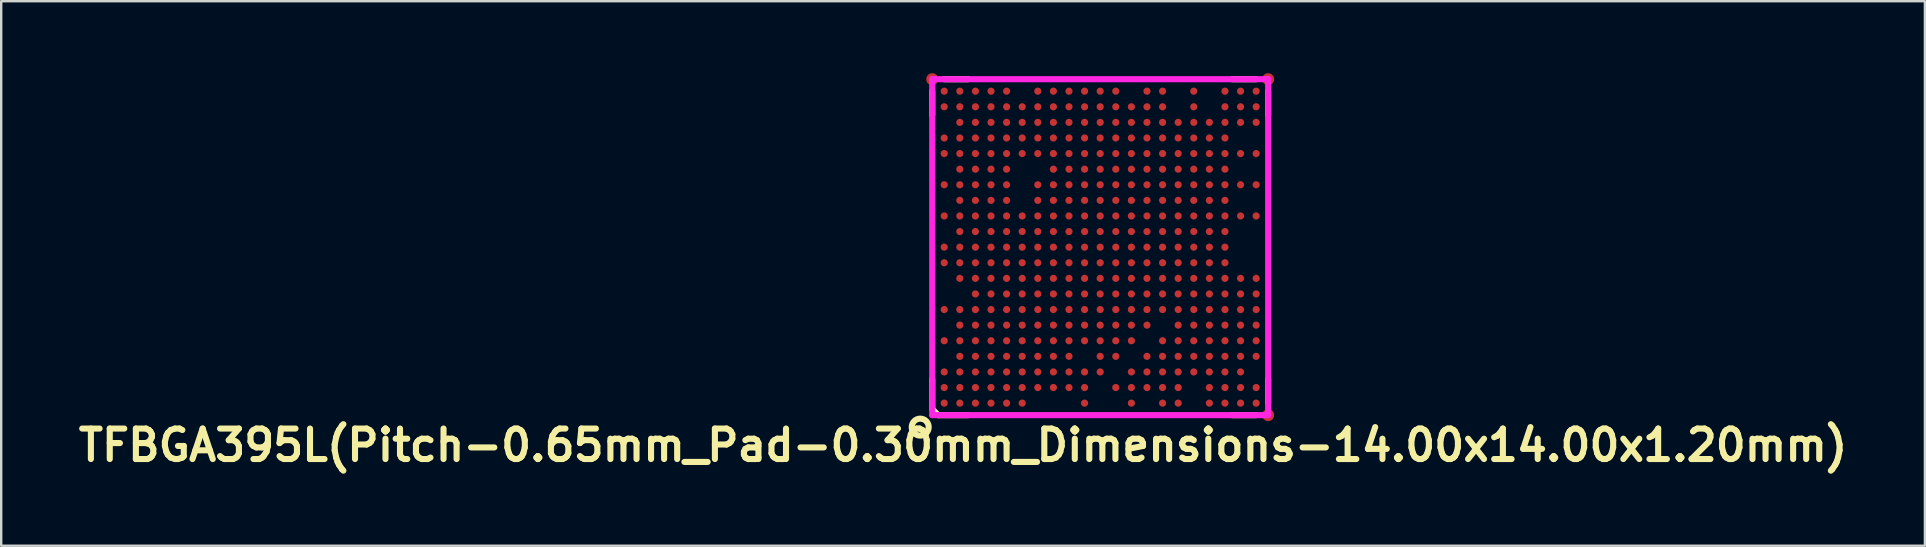
<source format=kicad_pcb>
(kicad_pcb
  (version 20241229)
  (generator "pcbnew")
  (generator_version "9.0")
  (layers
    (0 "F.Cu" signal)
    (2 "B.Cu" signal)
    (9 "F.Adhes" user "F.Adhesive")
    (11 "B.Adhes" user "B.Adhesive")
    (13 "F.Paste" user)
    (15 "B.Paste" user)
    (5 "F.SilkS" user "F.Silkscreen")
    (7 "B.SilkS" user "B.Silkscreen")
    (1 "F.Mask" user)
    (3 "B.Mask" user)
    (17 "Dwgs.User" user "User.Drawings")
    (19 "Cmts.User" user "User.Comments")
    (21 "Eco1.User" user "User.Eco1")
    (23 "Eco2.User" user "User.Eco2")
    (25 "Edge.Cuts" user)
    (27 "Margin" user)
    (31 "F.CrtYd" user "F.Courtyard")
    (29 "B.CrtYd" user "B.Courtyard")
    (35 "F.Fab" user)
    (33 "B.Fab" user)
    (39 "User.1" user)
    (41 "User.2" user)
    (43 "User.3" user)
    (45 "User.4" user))
  (footprint "TFBGA395L(Pitch-0.65mm_Pad-0.30mm_Dimensions-14.00x14.00x1.20mm)"
    (layer "F.Cu")
    (at 42.799 7.25)
    (property "Reference" "TFBGA395L(Pitch-0.65mm_Pad-0.30mm_Dimensions-14.00x14.00x1.20mm)" (at -5.715 8.255 0) (layer "F.SilkS") (effects (font (size 1.27 1.27) (thickness 0.254))))
    (attr through_hole)
    (fp_line (start -7 -6.5) (end -7 -5.5) (stroke (width 0.254) (type solid)) (layer "F.SilkS"))
    (fp_line (start -7 5.5) (end -7 6.75) (stroke (width 0.254) (type solid)) (layer "F.SilkS"))
    (fp_line (start -7 6.75) (end -6.75 7) (stroke (width 0.254) (type solid)) (layer "F.SilkS"))
    (fp_line (start -6.75 7) (end -5.5 7) (stroke (width 0.254) (type solid)) (layer "F.SilkS"))
    (fp_line (start -6.5 -7) (end -5.5 -7) (stroke (width 0.254) (type solid)) (layer "F.SilkS"))
    (fp_line (start 5.5 -7) (end 6.5 -7) (stroke (width 0.254) (type solid)) (layer "F.SilkS"))
    (fp_line (start 5.5 7) (end 6.5 7) (stroke (width 0.254) (type solid)) (layer "F.SilkS"))
    (fp_line (start 7 -6.5) (end 7 -5.5) (stroke (width 0.254) (type solid)) (layer "F.SilkS"))
    (fp_line (start 7 6.5) (end 7 5.5) (stroke (width 0.254) (type solid)) (layer "F.SilkS"))
    (fp_circle (center -7.5 7.5) (end -7.25 7.75) (stroke (width 0.254) (type solid)) (fill no) (layer "F.SilkS"))
    (fp_line (start -7 -7) (end 7 -7) (stroke (width 0.254) (type solid)) (layer "F.CrtYd"))
    (fp_line (start -7 7) (end -7 -7) (stroke (width 0.254) (type solid)) (layer "F.CrtYd"))
    (fp_line (start 7 -7) (end 7 7) (stroke (width 0.254) (type solid)) (layer "F.CrtYd"))
    (fp_line (start 7 7) (end -7 7) (stroke (width 0.254) (type solid)) (layer "F.CrtYd"))
    (pad "" smd rect (at -6.5 -6.5) (size 0.33 0.33) (layers "F.Paste"))
    (pad "" smd rect (at -6.5 -5.85) (size 0.33 0.33) (layers "F.Paste"))
    (pad "" smd rect (at -6.5 -4.55) (size 0.33 0.33) (layers "F.Paste"))
    (pad "" smd rect (at -6.5 -3.9) (size 0.33 0.33) (layers "F.Paste"))
    (pad "" smd rect (at -6.5 -2.6) (size 0.33 0.33) (layers "F.Paste"))
    (pad "" smd rect (at -6.5 -1.3) (size 0.33 0.33) (layers "F.Paste"))
    (pad "" smd rect (at -6.5 0) (size 0.33 0.33) (layers "F.Paste"))
    (pad "" smd rect (at -6.5 0.65) (size 0.33 0.33) (layers "F.Paste"))
    (pad "" smd rect (at -6.5 2.6) (size 0.33 0.33) (layers "F.Paste"))
    (pad "" smd rect (at -6.5 3.9) (size 0.33 0.33) (layers "F.Paste"))
    (pad "" smd rect (at -6.5 5.2) (size 0.33 0.33) (layers "F.Paste"))
    (pad "" smd rect (at -6.5 5.85) (size 0.33 0.33) (layers "F.Paste"))
    (pad "" smd rect (at -6.5 6.5) (size 0.33 0.33) (layers "F.Paste"))
    (pad "" smd rect (at -5.85 -6.5) (size 0.33 0.33) (layers "F.Paste"))
    (pad "" smd rect (at -5.85 -5.85) (size 0.33 0.33) (layers "F.Paste"))
    (pad "" smd rect (at -5.85 -5.2) (size 0.33 0.33) (layers "F.Paste"))
    (pad "" smd rect (at -5.85 -4.55) (size 0.33 0.33) (layers "F.Paste"))
    (pad "" smd rect (at -5.85 -3.9) (size 0.33 0.33) (layers "F.Paste"))
    (pad "" smd rect (at -5.85 -3.25) (size 0.33 0.33) (layers "F.Paste"))
    (pad "" smd rect (at -5.85 -2.6) (size 0.33 0.33) (layers "F.Paste"))
    (pad "" smd rect (at -5.85 -1.95) (size 0.33 0.33) (layers "F.Paste"))
    (pad "" smd rect (at -5.85 -1.3) (size 0.33 0.33) (layers "F.Paste"))
    (pad "" smd rect (at -5.85 -0.65) (size 0.33 0.33) (layers "F.Paste"))
    (pad "" smd rect (at -5.85 0) (size 0.33 0.33) (layers "F.Paste"))
    (pad "" smd rect (at -5.85 0.65) (size 0.33 0.33) (layers "F.Paste"))
    (pad "" smd rect (at -5.85 1.3) (size 0.33 0.33) (layers "F.Paste"))
    (pad "" smd rect (at -5.85 2.6) (size 0.33 0.33) (layers "F.Paste"))
    (pad "" smd rect (at -5.85 3.25) (size 0.33 0.33) (layers "F.Paste"))
    (pad "" smd rect (at -5.85 3.9) (size 0.33 0.33) (layers "F.Paste"))
    (pad "" smd rect (at -5.85 4.55) (size 0.33 0.33) (layers "F.Paste"))
    (pad "" smd rect (at -5.85 5.2) (size 0.33 0.33) (layers "F.Paste"))
    (pad "" smd rect (at -5.85 5.85) (size 0.33 0.33) (layers "F.Paste"))
    (pad "" smd rect (at -5.85 6.5) (size 0.33 0.33) (layers "F.Paste"))
    (pad "" smd rect (at -5.2 -6.5) (size 0.33 0.33) (layers "F.Paste"))
    (pad "" smd rect (at -5.2 -5.85) (size 0.33 0.33) (layers "F.Paste"))
    (pad "" smd rect (at -5.2 -5.2) (size 0.33 0.33) (layers "F.Paste"))
    (pad "" smd rect (at -5.2 -4.55) (size 0.33 0.33) (layers "F.Paste"))
    (pad "" smd rect (at -5.2 -3.9) (size 0.33 0.33) (layers "F.Paste"))
    (pad "" smd rect (at -5.2 -3.25) (size 0.33 0.33) (layers "F.Paste"))
    (pad "" smd rect (at -5.2 -2.6) (size 0.33 0.33) (layers "F.Paste"))
    (pad "" smd rect (at -5.2 -1.95) (size 0.33 0.33) (layers "F.Paste"))
    (pad "" smd rect (at -5.2 -1.3) (size 0.33 0.33) (layers "F.Paste"))
    (pad "" smd rect (at -5.2 -0.65) (size 0.33 0.33) (layers "F.Paste"))
    (pad "" smd rect (at -5.2 0) (size 0.33 0.33) (layers "F.Paste"))
    (pad "" smd rect (at -5.2 0.65) (size 0.33 0.33) (layers "F.Paste"))
    (pad "" smd rect (at -5.2 1.3) (size 0.33 0.33) (layers "F.Paste"))
    (pad "" smd rect (at -5.2 1.95) (size 0.33 0.33) (layers "F.Paste"))
    (pad "" smd rect (at -5.2 2.6) (size 0.33 0.33) (layers "F.Paste"))
    (pad "" smd rect (at -5.2 3.25) (size 0.33 0.33) (layers "F.Paste"))
    (pad "" smd rect (at -5.2 3.9) (size 0.33 0.33) (layers "F.Paste"))
    (pad "" smd rect (at -5.2 4.55) (size 0.33 0.33) (layers "F.Paste"))
    (pad "" smd rect (at -5.2 5.2) (size 0.33 0.33) (layers "F.Paste"))
    (pad "" smd rect (at -5.2 5.85) (size 0.33 0.33) (layers "F.Paste"))
    (pad "" smd rect (at -5.2 6.5) (size 0.33 0.33) (layers "F.Paste"))
    (pad "" smd rect (at -4.55 -6.5) (size 0.33 0.33) (layers "F.Paste"))
    (pad "" smd rect (at -4.55 -5.85) (size 0.33 0.33) (layers "F.Paste"))
    (pad "" smd rect (at -4.55 -5.2) (size 0.33 0.33) (layers "F.Paste"))
    (pad "" smd rect (at -4.55 -4.55) (size 0.33 0.33) (layers "F.Paste"))
    (pad "" smd rect (at -4.55 -3.9) (size 0.33 0.33) (layers "F.Paste"))
    (pad "" smd rect (at -4.55 -3.25) (size 0.33 0.33) (layers "F.Paste"))
    (pad "" smd rect (at -4.55 -2.6) (size 0.33 0.33) (layers "F.Paste"))
    (pad "" smd rect (at -4.55 -1.95) (size 0.33 0.33) (layers "F.Paste"))
    (pad "" smd rect (at -4.55 -1.3) (size 0.33 0.33) (layers "F.Paste"))
    (pad "" smd rect (at -4.55 -0.65) (size 0.33 0.33) (layers "F.Paste"))
    (pad "" smd rect (at -4.55 0) (size 0.33 0.33) (layers "F.Paste"))
    (pad "" smd rect (at -4.55 0.65) (size 0.33 0.33) (layers "F.Paste"))
    (pad "" smd rect (at -4.55 1.3) (size 0.33 0.33) (layers "F.Paste"))
    (pad "" smd rect (at -4.55 1.95) (size 0.33 0.33) (layers "F.Paste"))
    (pad "" smd rect (at -4.55 2.6) (size 0.33 0.33) (layers "F.Paste"))
    (pad "" smd rect (at -4.55 3.25) (size 0.33 0.33) (layers "F.Paste"))
    (pad "" smd rect (at -4.55 3.9) (size 0.33 0.33) (layers "F.Paste"))
    (pad "" smd rect (at -4.55 4.55) (size 0.33 0.33) (layers "F.Paste"))
    (pad "" smd rect (at -4.55 5.2) (size 0.33 0.33) (layers "F.Paste"))
    (pad "" smd rect (at -4.55 5.85) (size 0.33 0.33) (layers "F.Paste"))
    (pad "" smd rect (at -4.55 6.5) (size 0.33 0.33) (layers "F.Paste"))
    (pad "" smd rect (at -3.9 -6.5) (size 0.33 0.33) (layers "F.Paste"))
    (pad "" smd rect (at -3.9 -5.85) (size 0.33 0.33) (layers "F.Paste"))
    (pad "" smd rect (at -3.9 -5.2) (size 0.33 0.33) (layers "F.Paste"))
    (pad "" smd rect (at -3.9 -4.55) (size 0.33 0.33) (layers "F.Paste"))
    (pad "" smd rect (at -3.9 -3.9) (size 0.33 0.33) (layers "F.Paste"))
    (pad "" smd rect (at -3.9 -3.25) (size 0.33 0.33) (layers "F.Paste"))
    (pad "" smd rect (at -3.9 -2.6) (size 0.33 0.33) (layers "F.Paste"))
    (pad "" smd rect (at -3.9 -1.95) (size 0.33 0.33) (layers "F.Paste"))
    (pad "" smd rect (at -3.9 -1.3) (size 0.33 0.33) (layers "F.Paste"))
    (pad "" smd rect (at -3.9 -0.65) (size 0.33 0.33) (layers "F.Paste"))
    (pad "" smd rect (at -3.9 0) (size 0.33 0.33) (layers "F.Paste"))
    (pad "" smd rect (at -3.9 0.65) (size 0.33 0.33) (layers "F.Paste"))
    (pad "" smd rect (at -3.9 1.3) (size 0.33 0.33) (layers "F.Paste"))
    (pad "" smd rect (at -3.9 1.95) (size 0.33 0.33) (layers "F.Paste"))
    (pad "" smd rect (at -3.9 2.6) (size 0.33 0.33) (layers "F.Paste"))
    (pad "" smd rect (at -3.9 3.25) (size 0.33 0.33) (layers "F.Paste"))
    (pad "" smd rect (at -3.9 3.9) (size 0.33 0.33) (layers "F.Paste"))
    (pad "" smd rect (at -3.9 4.55) (size 0.33 0.33) (layers "F.Paste"))
    (pad "" smd rect (at -3.9 5.2) (size 0.33 0.33) (layers "F.Paste"))
    (pad "" smd rect (at -3.9 5.85) (size 0.33 0.33) (layers "F.Paste"))
    (pad "" smd rect (at -3.9 6.5) (size 0.33 0.33) (layers "F.Paste"))
    (pad "" smd rect (at -3.25 -5.85) (size 0.33 0.33) (layers "F.Paste"))
    (pad "" smd rect (at -3.25 -5.2) (size 0.33 0.33) (layers "F.Paste"))
    (pad "" smd rect (at -3.25 -4.55) (size 0.33 0.33) (layers "F.Paste"))
    (pad "" smd rect (at -3.25 -3.9) (size 0.33 0.33) (layers "F.Paste"))
    (pad "" smd rect (at -3.25 -1.3) (size 0.33 0.33) (layers "F.Paste"))
    (pad "" smd rect (at -3.25 -0.65) (size 0.33 0.33) (layers "F.Paste"))
    (pad "" smd rect (at -3.25 0) (size 0.33 0.33) (layers "F.Paste"))
    (pad "" smd rect (at -3.25 0.65) (size 0.33 0.33) (layers "F.Paste"))
    (pad "" smd rect (at -3.25 1.3) (size 0.33 0.33) (layers "F.Paste"))
    (pad "" smd rect (at -3.25 1.95) (size 0.33 0.33) (layers "F.Paste"))
    (pad "" smd rect (at -3.25 2.6) (size 0.33 0.33) (layers "F.Paste"))
    (pad "" smd rect (at -3.25 3.25) (size 0.33 0.33) (layers "F.Paste"))
    (pad "" smd rect (at -3.25 3.9) (size 0.33 0.33) (layers "F.Paste"))
    (pad "" smd rect (at -3.25 4.55) (size 0.33 0.33) (layers "F.Paste"))
    (pad "" smd rect (at -3.25 5.2) (size 0.33 0.33) (layers "F.Paste"))
    (pad "" smd rect (at -3.25 5.85) (size 0.33 0.33) (layers "F.Paste"))
    (pad "" smd rect (at -3.25 6.5) (size 0.33 0.33) (layers "F.Paste"))
    (pad "" smd rect (at -2.6 -6.5) (size 0.33 0.33) (layers "F.Paste"))
    (pad "" smd rect (at -2.6 -5.85) (size 0.33 0.33) (layers "F.Paste"))
    (pad "" smd rect (at -2.6 -5.2) (size 0.33 0.33) (layers "F.Paste"))
    (pad "" smd rect (at -2.6 -4.55) (size 0.33 0.33) (layers "F.Paste"))
    (pad "" smd rect (at -2.6 -3.9) (size 0.33 0.33) (layers "F.Paste"))
    (pad "" smd rect (at -2.6 -2.6) (size 0.33 0.33) (layers "F.Paste"))
    (pad "" smd rect (at -2.6 -1.95) (size 0.33 0.33) (layers "F.Paste"))
    (pad "" smd rect (at -2.6 -1.3) (size 0.33 0.33) (layers "F.Paste"))
    (pad "" smd rect (at -2.6 -0.65) (size 0.33 0.33) (layers "F.Paste"))
    (pad "" smd rect (at -2.6 0) (size 0.33 0.33) (layers "F.Paste"))
    (pad "" smd rect (at -2.6 0.65) (size 0.33 0.33) (layers "F.Paste"))
    (pad "" smd rect (at -2.6 1.3) (size 0.33 0.33) (layers "F.Paste"))
    (pad "" smd rect (at -2.6 1.95) (size 0.33 0.33) (layers "F.Paste"))
    (pad "" smd rect (at -2.6 2.6) (size 0.33 0.33) (layers "F.Paste"))
    (pad "" smd rect (at -2.6 3.25) (size 0.33 0.33) (layers "F.Paste"))
    (pad "" smd rect (at -2.6 3.9) (size 0.33 0.33) (layers "F.Paste"))
    (pad "" smd rect (at -2.6 4.55) (size 0.33 0.33) (layers "F.Paste"))
    (pad "" smd rect (at -2.6 5.2) (size 0.33 0.33) (layers "F.Paste"))
    (pad "" smd rect (at -2.6 5.85) (size 0.33 0.33) (layers "F.Paste"))
    (pad "" smd rect (at -1.95 -6.5) (size 0.33 0.33) (layers "F.Paste"))
    (pad "" smd rect (at -1.95 -5.85) (size 0.33 0.33) (layers "F.Paste"))
    (pad "" smd rect (at -1.95 -5.2) (size 0.33 0.33) (layers "F.Paste"))
    (pad "" smd rect (at -1.95 -4.55) (size 0.33 0.33) (layers "F.Paste"))
    (pad "" smd rect (at -1.95 -3.9) (size 0.33 0.33) (layers "F.Paste"))
    (pad "" smd rect (at -1.95 -3.25) (size 0.33 0.33) (layers "F.Paste"))
    (pad "" smd rect (at -1.95 -2.6) (size 0.33 0.33) (layers "F.Paste"))
    (pad "" smd rect (at -1.95 -1.95) (size 0.33 0.33) (layers "F.Paste"))
    (pad "" smd rect (at -1.95 -1.3) (size 0.33 0.33) (layers "F.Paste"))
    (pad "" smd rect (at -1.95 -0.65) (size 0.33 0.33) (layers "F.Paste"))
    (pad "" smd rect (at -1.95 0) (size 0.33 0.33) (layers "F.Paste"))
    (pad "" smd rect (at -1.95 0.65) (size 0.33 0.33) (layers "F.Paste"))
    (pad "" smd rect (at -1.95 1.3) (size 0.33 0.33) (layers "F.Paste"))
    (pad "" smd rect (at -1.95 1.95) (size 0.33 0.33) (layers "F.Paste"))
    (pad "" smd rect (at -1.95 2.6) (size 0.33 0.33) (layers "F.Paste"))
    (pad "" smd rect (at -1.95 3.25) (size 0.33 0.33) (layers "F.Paste"))
    (pad "" smd rect (at -1.95 3.9) (size 0.33 0.33) (layers "F.Paste"))
    (pad "" smd rect (at -1.95 4.55) (size 0.33 0.33) (layers "F.Paste"))
    (pad "" smd rect (at -1.95 5.2) (size 0.33 0.33) (layers "F.Paste"))
    (pad "" smd rect (at -1.95 5.85) (size 0.33 0.33) (layers "F.Paste"))
    (pad "" smd rect (at -1.3 -6.5) (size 0.33 0.33) (layers "F.Paste"))
    (pad "" smd rect (at -1.3 -5.85) (size 0.33 0.33) (layers "F.Paste"))
    (pad "" smd rect (at -1.3 -5.2) (size 0.33 0.33) (layers "F.Paste"))
    (pad "" smd rect (at -1.3 -4.55) (size 0.33 0.33) (layers "F.Paste"))
    (pad "" smd rect (at -1.3 -3.9) (size 0.33 0.33) (layers "F.Paste"))
    (pad "" smd rect (at -1.3 -3.25) (size 0.33 0.33) (layers "F.Paste"))
    (pad "" smd rect (at -1.3 -2.6) (size 0.33 0.33) (layers "F.Paste"))
    (pad "" smd rect (at -1.3 -1.95) (size 0.33 0.33) (layers "F.Paste"))
    (pad "" smd rect (at -1.3 -1.3) (size 0.33 0.33) (layers "F.Paste"))
    (pad "" smd rect (at -1.3 -0.65) (size 0.33 0.33) (layers "F.Paste"))
    (pad "" smd rect (at -1.3 0) (size 0.33 0.33) (layers "F.Paste"))
    (pad "" smd rect (at -1.3 0.65) (size 0.33 0.33) (layers "F.Paste"))
    (pad "" smd rect (at -1.3 1.3) (size 0.33 0.33) (layers "F.Paste"))
    (pad "" smd rect (at -1.3 1.95) (size 0.33 0.33) (layers "F.Paste"))
    (pad "" smd rect (at -1.3 2.6) (size 0.33 0.33) (layers "F.Paste"))
    (pad "" smd rect (at -1.3 3.25) (size 0.33 0.33) (layers "F.Paste"))
    (pad "" smd rect (at -1.3 3.9) (size 0.33 0.33) (layers "F.Paste"))
    (pad "" smd rect (at -1.3 4.55) (size 0.33 0.33) (layers "F.Paste"))
    (pad "" smd rect (at -1.3 5.2) (size 0.33 0.33) (layers "F.Paste"))
    (pad "" smd rect (at -1.3 5.85) (size 0.33 0.33) (layers "F.Paste"))
    (pad "" smd rect (at -0.65 -6.5) (size 0.33 0.33) (layers "F.Paste"))
    (pad "" smd rect (at -0.65 -5.85) (size 0.33 0.33) (layers "F.Paste"))
    (pad "" smd rect (at -0.65 -5.2) (size 0.33 0.33) (layers "F.Paste"))
    (pad "" smd rect (at -0.65 -4.55) (size 0.33 0.33) (layers "F.Paste"))
    (pad "" smd rect (at -0.65 -3.9) (size 0.33 0.33) (layers "F.Paste"))
    (pad "" smd rect (at -0.65 -3.25) (size 0.33 0.33) (layers "F.Paste"))
    (pad "" smd rect (at -0.65 -2.6) (size 0.33 0.33) (layers "F.Paste"))
    (pad "" smd rect (at -0.65 -1.95) (size 0.33 0.33) (layers "F.Paste"))
    (pad "" smd rect (at -0.65 -1.3) (size 0.33 0.33) (layers "F.Paste"))
    (pad "" smd rect (at -0.65 -0.65) (size 0.33 0.33) (layers "F.Paste"))
    (pad "" smd rect (at -0.65 0) (size 0.33 0.33) (layers "F.Paste"))
    (pad "" smd rect (at -0.65 0.65) (size 0.33 0.33) (layers "F.Paste"))
    (pad "" smd rect (at -0.65 1.3) (size 0.33 0.33) (layers "F.Paste"))
    (pad "" smd rect (at -0.65 1.95) (size 0.33 0.33) (layers "F.Paste"))
    (pad "" smd rect (at -0.65 2.6) (size 0.33 0.33) (layers "F.Paste"))
    (pad "" smd rect (at -0.65 3.25) (size 0.33 0.33) (layers "F.Paste"))
    (pad "" smd rect (at -0.65 3.9) (size 0.33 0.33) (layers "F.Paste"))
    (pad "" smd rect (at -0.65 5.2) (size 0.33 0.33) (layers "F.Paste"))
    (pad "" smd rect (at -0.65 5.85) (size 0.33 0.33) (layers "F.Paste"))
    (pad "" smd rect (at -0.65 6.5) (size 0.33 0.33) (layers "F.Paste"))
    (pad "" smd rect (at 0 -6.5) (size 0.33 0.33) (layers "F.Paste"))
    (pad "" smd rect (at 0 -5.85) (size 0.33 0.33) (layers "F.Paste"))
    (pad "" smd rect (at 0 -5.2) (size 0.33 0.33) (layers "F.Paste"))
    (pad "" smd rect (at 0 -4.55) (size 0.33 0.33) (layers "F.Paste"))
    (pad "" smd rect (at 0 -3.9) (size 0.33 0.33) (layers "F.Paste"))
    (pad "" smd rect (at 0 -3.25) (size 0.33 0.33) (layers "F.Paste"))
    (pad "" smd rect (at 0 -2.6) (size 0.33 0.33) (layers "F.Paste"))
    (pad "" smd rect (at 0 -1.95) (size 0.33 0.33) (layers "F.Paste"))
    (pad "" smd rect (at 0 -1.3) (size 0.33 0.33) (layers "F.Paste"))
    (pad "" smd rect (at 0 -0.65) (size 0.33 0.33) (layers "F.Paste"))
    (pad "" smd rect (at 0 0) (size 0.33 0.33) (layers "F.Paste"))
    (pad "" smd rect (at 0 0.65) (size 0.33 0.33) (layers "F.Paste"))
    (pad "" smd rect (at 0 1.3) (size 0.33 0.33) (layers "F.Paste"))
    (pad "" smd rect (at 0 1.95) (size 0.33 0.33) (layers "F.Paste"))
    (pad "" smd rect (at 0 2.6) (size 0.33 0.33) (layers "F.Paste"))
    (pad "" smd rect (at 0 3.25) (size 0.33 0.33) (layers "F.Paste"))
    (pad "" smd rect (at 0 3.9) (size 0.33 0.33) (layers "F.Paste"))
    (pad "" smd rect (at 0 4.55) (size 0.33 0.33) (layers "F.Paste"))
    (pad "" smd rect (at 0 5.2) (size 0.33 0.33) (layers "F.Paste"))
    (pad "" smd rect (at 0.65 -6.5) (size 0.33 0.33) (layers "F.Paste"))
    (pad "" smd rect (at 0.65 -5.85) (size 0.33 0.33) (layers "F.Paste"))
    (pad "" smd rect (at 0.65 -5.2) (size 0.33 0.33) (layers "F.Paste"))
    (pad "" smd rect (at 0.65 -4.55) (size 0.33 0.33) (layers "F.Paste"))
    (pad "" smd rect (at 0.65 -3.9) (size 0.33 0.33) (layers "F.Paste"))
    (pad "" smd rect (at 0.65 -3.25) (size 0.33 0.33) (layers "F.Paste"))
    (pad "" smd rect (at 0.65 -2.6) (size 0.33 0.33) (layers "F.Paste"))
    (pad "" smd rect (at 0.65 -1.95) (size 0.33 0.33) (layers "F.Paste"))
    (pad "" smd rect (at 0.65 -1.3) (size 0.33 0.33) (layers "F.Paste"))
    (pad "" smd rect (at 0.65 -0.65) (size 0.33 0.33) (layers "F.Paste"))
    (pad "" smd rect (at 0.65 0) (size 0.33 0.33) (layers "F.Paste"))
    (pad "" smd rect (at 0.65 0.65) (size 0.33 0.33) (layers "F.Paste"))
    (pad "" smd rect (at 0.65 1.3) (size 0.33 0.33) (layers "F.Paste"))
    (pad "" smd rect (at 0.65 1.95) (size 0.33 0.33) (layers "F.Paste"))
    (pad "" smd rect (at 0.65 2.6) (size 0.33 0.33) (layers "F.Paste"))
    (pad "" smd rect (at 0.65 3.25) (size 0.33 0.33) (layers "F.Paste"))
    (pad "" smd rect (at 0.65 3.9) (size 0.33 0.33) (layers "F.Paste"))
    (pad "" smd rect (at 0.65 4.55) (size 0.33 0.33) (layers "F.Paste"))
    (pad "" smd rect (at 0.65 5.85) (size 0.33 0.33) (layers "F.Paste"))
    (pad "" smd rect (at 1.3 -5.85) (size 0.33 0.33) (layers "F.Paste"))
    (pad "" smd rect (at 1.3 -5.2) (size 0.33 0.33) (layers "F.Paste"))
    (pad "" smd rect (at 1.3 -4.55) (size 0.33 0.33) (layers "F.Paste"))
    (pad "" smd rect (at 1.3 -3.9) (size 0.33 0.33) (layers "F.Paste"))
    (pad "" smd rect (at 1.3 -3.25) (size 0.33 0.33) (layers "F.Paste"))
    (pad "" smd rect (at 1.3 -2.6) (size 0.33 0.33) (layers "F.Paste"))
    (pad "" smd rect (at 1.3 -1.95) (size 0.33 0.33) (layers "F.Paste"))
    (pad "" smd rect (at 1.3 -1.3) (size 0.33 0.33) (layers "F.Paste"))
    (pad "" smd rect (at 1.3 -0.65) (size 0.33 0.33) (layers "F.Paste"))
    (pad "" smd rect (at 1.3 0) (size 0.33 0.33) (layers "F.Paste"))
    (pad "" smd rect (at 1.3 0.65) (size 0.33 0.33) (layers "F.Paste"))
    (pad "" smd rect (at 1.3 1.3) (size 0.33 0.33) (layers "F.Paste"))
    (pad "" smd rect (at 1.3 1.95) (size 0.33 0.33) (layers "F.Paste"))
    (pad "" smd rect (at 1.3 2.6) (size 0.33 0.33) (layers "F.Paste"))
    (pad "" smd rect (at 1.3 3.25) (size 0.33 0.33) (layers "F.Paste"))
    (pad "" smd rect (at 1.3 3.9) (size 0.33 0.33) (layers "F.Paste"))
    (pad "" smd rect (at 1.3 5.2) (size 0.33 0.33) (layers "F.Paste"))
    (pad "" smd rect (at 1.3 5.85) (size 0.33 0.33) (layers "F.Paste"))
    (pad "" smd rect (at 1.3 6.5) (size 0.33 0.33) (layers "F.Paste"))
    (pad "" smd rect (at 1.95 -6.5) (size 0.33 0.33) (layers "F.Paste"))
    (pad "" smd rect (at 1.95 -5.85) (size 0.33 0.33) (layers "F.Paste"))
    (pad "" smd rect (at 1.95 -5.2) (size 0.33 0.33) (layers "F.Paste"))
    (pad "" smd rect (at 1.95 -4.55) (size 0.33 0.33) (layers "F.Paste"))
    (pad "" smd rect (at 1.95 -3.9) (size 0.33 0.33) (layers "F.Paste"))
    (pad "" smd rect (at 1.95 -3.25) (size 0.33 0.33) (layers "F.Paste"))
    (pad "" smd rect (at 1.95 -2.6) (size 0.33 0.33) (layers "F.Paste"))
    (pad "" smd rect (at 1.95 -1.95) (size 0.33 0.33) (layers "F.Paste"))
    (pad "" smd rect (at 1.95 -1.3) (size 0.33 0.33) (layers "F.Paste"))
    (pad "" smd rect (at 1.95 -0.65) (size 0.33 0.33) (layers "F.Paste"))
    (pad "" smd rect (at 1.95 0) (size 0.33 0.33) (layers "F.Paste"))
    (pad "" smd rect (at 1.95 0.65) (size 0.33 0.33) (layers "F.Paste"))
    (pad "" smd rect (at 1.95 1.3) (size 0.33 0.33) (layers "F.Paste"))
    (pad "" smd rect (at 1.95 1.95) (size 0.33 0.33) (layers "F.Paste"))
    (pad "" smd rect (at 1.95 2.6) (size 0.33 0.33) (layers "F.Paste"))
    (pad "" smd rect (at 1.95 3.25) (size 0.33 0.33) (layers "F.Paste"))
    (pad "" smd rect (at 1.95 4.55) (size 0.33 0.33) (layers "F.Paste"))
    (pad "" smd rect (at 1.95 5.2) (size 0.33 0.33) (layers "F.Paste"))
    (pad "" smd rect (at 1.95 5.85) (size 0.33 0.33) (layers "F.Paste"))
    (pad "" smd rect (at 2.6 -6.5) (size 0.33 0.33) (layers "F.Paste"))
    (pad "" smd rect (at 2.6 -5.85) (size 0.33 0.33) (layers "F.Paste"))
    (pad "" smd rect (at 2.6 -5.2) (size 0.33 0.33) (layers "F.Paste"))
    (pad "" smd rect (at 2.6 -4.55) (size 0.33 0.33) (layers "F.Paste"))
    (pad "" smd rect (at 2.6 -3.9) (size 0.33 0.33) (layers "F.Paste"))
    (pad "" smd rect (at 2.6 -3.25) (size 0.33 0.33) (layers "F.Paste"))
    (pad "" smd rect (at 2.6 -2.6) (size 0.33 0.33) (layers "F.Paste"))
    (pad "" smd rect (at 2.6 -1.95) (size 0.33 0.33) (layers "F.Paste"))
    (pad "" smd rect (at 2.6 -1.3) (size 0.33 0.33) (layers "F.Paste"))
    (pad "" smd rect (at 2.6 -0.65) (size 0.33 0.33) (layers "F.Paste"))
    (pad "" smd rect (at 2.6 0) (size 0.33 0.33) (layers "F.Paste"))
    (pad "" smd rect (at 2.6 0.65) (size 0.33 0.33) (layers "F.Paste"))
    (pad "" smd rect (at 2.6 1.3) (size 0.33 0.33) (layers "F.Paste"))
    (pad "" smd rect (at 2.6 1.95) (size 0.33 0.33) (layers "F.Paste"))
    (pad "" smd rect (at 2.6 2.6) (size 0.33 0.33) (layers "F.Paste"))
    (pad "" smd rect (at 2.6 3.9) (size 0.33 0.33) (layers "F.Paste"))
    (pad "" smd rect (at 2.6 4.55) (size 0.33 0.33) (layers "F.Paste"))
    (pad "" smd rect (at 2.6 5.2) (size 0.33 0.33) (layers "F.Paste"))
    (pad "" smd rect (at 2.6 5.85) (size 0.33 0.33) (layers "F.Paste"))
    (pad "" smd rect (at 2.6 6.5) (size 0.33 0.33) (layers "F.Paste"))
    (pad "" smd rect (at 3.25 -5.2) (size 0.33 0.33) (layers "F.Paste"))
    (pad "" smd rect (at 3.25 -4.55) (size 0.33 0.33) (layers "F.Paste"))
    (pad "" smd rect (at 3.25 -3.9) (size 0.33 0.33) (layers "F.Paste"))
    (pad "" smd rect (at 3.25 -3.25) (size 0.33 0.33) (layers "F.Paste"))
    (pad "" smd rect (at 3.25 -2.6) (size 0.33 0.33) (layers "F.Paste"))
    (pad "" smd rect (at 3.25 -1.95) (size 0.33 0.33) (layers "F.Paste"))
    (pad "" smd rect (at 3.25 -1.3) (size 0.33 0.33) (layers "F.Paste"))
    (pad "" smd rect (at 3.25 -0.65) (size 0.33 0.33) (layers "F.Paste"))
    (pad "" smd rect (at 3.25 0) (size 0.33 0.33) (layers "F.Paste"))
    (pad "" smd rect (at 3.25 0.65) (size 0.33 0.33) (layers "F.Paste"))
    (pad "" smd rect (at 3.25 1.3) (size 0.33 0.33) (layers "F.Paste"))
    (pad "" smd rect (at 3.25 1.95) (size 0.33 0.33) (layers "F.Paste"))
    (pad "" smd rect (at 3.25 2.6) (size 0.33 0.33) (layers "F.Paste"))
    (pad "" smd rect (at 3.25 3.25) (size 0.33 0.33) (layers "F.Paste"))
    (pad "" smd rect (at 3.25 3.9) (size 0.33 0.33) (layers "F.Paste"))
    (pad "" smd rect (at 3.25 4.55) (size 0.33 0.33) (layers "F.Paste"))
    (pad "" smd rect (at 3.25 5.2) (size 0.33 0.33) (layers "F.Paste"))
    (pad "" smd rect (at 3.25 5.85) (size 0.33 0.33) (layers "F.Paste"))
    (pad "" smd rect (at 3.25 6.5) (size 0.33 0.33) (layers "F.Paste"))
    (pad "" smd rect (at 3.9 -6.5) (size 0.33 0.33) (layers "F.Paste"))
    (pad "" smd rect (at 3.9 -5.85) (size 0.33 0.33) (layers "F.Paste"))
    (pad "" smd rect (at 3.9 -5.2) (size 0.33 0.33) (layers "F.Paste"))
    (pad "" smd rect (at 3.9 -4.55) (size 0.33 0.33) (layers "F.Paste"))
    (pad "" smd rect (at 3.9 -3.9) (size 0.33 0.33) (layers "F.Paste"))
    (pad "" smd rect (at 3.9 -3.25) (size 0.33 0.33) (layers "F.Paste"))
    (pad "" smd rect (at 3.9 -2.6) (size 0.33 0.33) (layers "F.Paste"))
    (pad "" smd rect (at 3.9 -1.95) (size 0.33 0.33) (layers "F.Paste"))
    (pad "" smd rect (at 3.9 -1.3) (size 0.33 0.33) (layers "F.Paste"))
    (pad "" smd rect (at 3.9 -0.65) (size 0.33 0.33) (layers "F.Paste"))
    (pad "" smd rect (at 3.9 0) (size 0.33 0.33) (layers "F.Paste"))
    (pad "" smd rect (at 3.9 0.65) (size 0.33 0.33) (layers "F.Paste"))
    (pad "" smd rect (at 3.9 1.3) (size 0.33 0.33) (layers "F.Paste"))
    (pad "" smd rect (at 3.9 1.95) (size 0.33 0.33) (layers "F.Paste"))
    (pad "" smd rect (at 3.9 2.6) (size 0.33 0.33) (layers "F.Paste"))
    (pad "" smd rect (at 3.9 3.25) (size 0.33 0.33) (layers "F.Paste"))
    (pad "" smd rect (at 3.9 3.9) (size 0.33 0.33) (layers "F.Paste"))
    (pad "" smd rect (at 3.9 4.55) (size 0.33 0.33) (layers "F.Paste"))
    (pad "" smd rect (at 3.9 5.2) (size 0.33 0.33) (layers "F.Paste"))
    (pad "" smd rect (at 4.55 -5.2) (size 0.33 0.33) (layers "F.Paste"))
    (pad "" smd rect (at 4.55 -4.55) (size 0.33 0.33) (layers "F.Paste"))
    (pad "" smd rect (at 4.55 -3.9) (size 0.33 0.33) (layers "F.Paste"))
    (pad "" smd rect (at 4.55 -3.25) (size 0.33 0.33) (layers "F.Paste"))
    (pad "" smd rect (at 4.55 -2.6) (size 0.33 0.33) (layers "F.Paste"))
    (pad "" smd rect (at 4.55 -1.95) (size 0.33 0.33) (layers "F.Paste"))
    (pad "" smd rect (at 4.55 -1.3) (size 0.33 0.33) (layers "F.Paste"))
    (pad "" smd rect (at 4.55 -0.65) (size 0.33 0.33) (layers "F.Paste"))
    (pad "" smd rect (at 4.55 0) (size 0.33 0.33) (layers "F.Paste"))
    (pad "" smd rect (at 4.55 0.65) (size 0.33 0.33) (layers "F.Paste"))
    (pad "" smd rect (at 4.55 1.3) (size 0.33 0.33) (layers "F.Paste"))
    (pad "" smd rect (at 4.55 1.95) (size 0.33 0.33) (layers "F.Paste"))
    (pad "" smd rect (at 4.55 2.6) (size 0.33 0.33) (layers "F.Paste"))
    (pad "" smd rect (at 4.55 3.25) (size 0.33 0.33) (layers "F.Paste"))
    (pad "" smd rect (at 4.55 3.9) (size 0.33 0.33) (layers "F.Paste"))
    (pad "" smd rect (at 4.55 4.55) (size 0.33 0.33) (layers "F.Paste"))
    (pad "" smd rect (at 4.55 5.2) (size 0.33 0.33) (layers "F.Paste"))
    (pad "" smd rect (at 4.55 5.85) (size 0.33 0.33) (layers "F.Paste"))
    (pad "" smd rect (at 4.55 6.5) (size 0.33 0.33) (layers "F.Paste"))
    (pad "" smd rect (at 5.2 -6.5) (size 0.33 0.33) (layers "F.Paste"))
    (pad "" smd rect (at 5.2 -5.85) (size 0.33 0.33) (layers "F.Paste"))
    (pad "" smd rect (at 5.2 -5.2) (size 0.33 0.33) (layers "F.Paste"))
    (pad "" smd rect (at 5.2 -4.55) (size 0.33 0.33) (layers "F.Paste"))
    (pad "" smd rect (at 5.2 -3.9) (size 0.33 0.33) (layers "F.Paste"))
    (pad "" smd rect (at 5.2 -3.25) (size 0.33 0.33) (layers "F.Paste"))
    (pad "" smd rect (at 5.2 -2.6) (size 0.33 0.33) (layers "F.Paste"))
    (pad "" smd rect (at 5.2 -1.95) (size 0.33 0.33) (layers "F.Paste"))
    (pad "" smd rect (at 5.2 -1.3) (size 0.33 0.33) (layers "F.Paste"))
    (pad "" smd rect (at 5.2 -0.65) (size 0.33 0.33) (layers "F.Paste"))
    (pad "" smd rect (at 5.2 0) (size 0.33 0.33) (layers "F.Paste"))
    (pad "" smd rect (at 5.2 0.65) (size 0.33 0.33) (layers "F.Paste"))
    (pad "" smd rect (at 5.2 1.3) (size 0.33 0.33) (layers "F.Paste"))
    (pad "" smd rect (at 5.2 1.95) (size 0.33 0.33) (layers "F.Paste"))
    (pad "" smd rect (at 5.2 2.6) (size 0.33 0.33) (layers "F.Paste"))
    (pad "" smd rect (at 5.2 3.25) (size 0.33 0.33) (layers "F.Paste"))
    (pad "" smd rect (at 5.2 3.9) (size 0.33 0.33) (layers "F.Paste"))
    (pad "" smd rect (at 5.2 4.55) (size 0.33 0.33) (layers "F.Paste"))
    (pad "" smd rect (at 5.2 5.2) (size 0.33 0.33) (layers "F.Paste"))
    (pad "" smd rect (at 5.2 5.85) (size 0.33 0.33) (layers "F.Paste"))
    (pad "" smd rect (at 5.2 6.5) (size 0.33 0.33) (layers "F.Paste"))
    (pad "" smd rect (at 5.85 -6.5) (size 0.33 0.33) (layers "F.Paste"))
    (pad "" smd rect (at 5.85 -5.85) (size 0.33 0.33) (layers "F.Paste"))
    (pad "" smd rect (at 5.85 -5.2) (size 0.33 0.33) (layers "F.Paste"))
    (pad "" smd rect (at 5.85 -3.9) (size 0.33 0.33) (layers "F.Paste"))
    (pad "" smd rect (at 5.85 -2.6) (size 0.33 0.33) (layers "F.Paste"))
    (pad "" smd rect (at 5.85 -1.3) (size 0.33 0.33) (layers "F.Paste"))
    (pad "" smd rect (at 5.85 1.3) (size 0.33 0.33) (layers "F.Paste"))
    (pad "" smd rect (at 5.85 1.95) (size 0.33 0.33) (layers "F.Paste"))
    (pad "" smd rect (at 5.85 2.6) (size 0.33 0.33) (layers "F.Paste"))
    (pad "" smd rect (at 5.85 3.25) (size 0.33 0.33) (layers "F.Paste"))
    (pad "" smd rect (at 5.85 3.9) (size 0.33 0.33) (layers "F.Paste"))
    (pad "" smd rect (at 5.85 4.55) (size 0.33 0.33) (layers "F.Paste"))
    (pad "" smd rect (at 5.85 5.2) (size 0.33 0.33) (layers "F.Paste"))
    (pad "" smd rect (at 5.85 5.85) (size 0.33 0.33) (layers "F.Paste"))
    (pad "" smd rect (at 5.85 6.5) (size 0.33 0.33) (layers "F.Paste"))
    (pad "" smd rect (at 6.5 -6.5) (size 0.33 0.33) (layers "F.Paste"))
    (pad "" smd rect (at 6.5 -5.85) (size 0.33 0.33) (layers "F.Paste"))
    (pad "" smd rect (at 6.5 -5.2) (size 0.33 0.33) (layers "F.Paste"))
    (pad "" smd rect (at 6.5 -3.9) (size 0.33 0.33) (layers "F.Paste"))
    (pad "" smd rect (at 6.5 -2.6) (size 0.33 0.33) (layers "F.Paste"))
    (pad "" smd rect (at 6.5 -1.3) (size 0.33 0.33) (layers "F.Paste"))
    (pad "" smd rect (at 6.5 1.3) (size 0.33 0.33) (layers "F.Paste"))
    (pad "" smd rect (at 6.5 1.95) (size 0.33 0.33) (layers "F.Paste"))
    (pad "" smd rect (at 6.5 2.6) (size 0.33 0.33) (layers "F.Paste"))
    (pad "" smd rect (at 6.5 3.25) (size 0.33 0.33) (layers "F.Paste"))
    (pad "" smd rect (at 6.5 3.9) (size 0.33 0.33) (layers "F.Paste"))
    (pad "" smd rect (at 6.5 4.55) (size 0.33 0.33) (layers "F.Paste"))
    (pad "" smd rect (at 6.5 5.85) (size 0.33 0.33) (layers "F.Paste"))
    (pad "" smd rect (at 6.5 6.5) (size 0.33 0.33) (layers "F.Paste"))
    (pad "A1" smd circle (at -6.5 6.5) (size 0.3 0.3) (layers "F.Cu" "F.Mask"))
    (pad "A2" smd circle (at -6.5 5.85) (size 0.3 0.3) (layers "F.Cu" "F.Mask"))
    (pad "A3" smd circle (at -6.5 5.2) (size 0.3 0.3) (layers "F.Cu" "F.Mask"))
    (pad "A5" smd circle (at -6.5 3.9) (size 0.3 0.3) (layers "F.Cu" "F.Mask"))
    (pad "A7" smd circle (at -6.5 2.6) (size 0.3 0.3) (layers "F.Cu" "F.Mask"))
    (pad "A10" smd circle (at -6.5 0.65) (size 0.3 0.3) (layers "F.Cu" "F.Mask"))
    (pad "A11" smd circle (at -6.5 0) (size 0.3 0.3) (layers "F.Cu" "F.Mask"))
    (pad "A13" smd circle (at -6.5 -1.3) (size 0.3 0.3) (layers "F.Cu" "F.Mask"))
    (pad "A15" smd circle (at -6.5 -2.6) (size 0.3 0.3) (layers "F.Cu" "F.Mask"))
    (pad "A17" smd circle (at -6.5 -3.9) (size 0.3 0.3) (layers "F.Cu" "F.Mask"))
    (pad "A18" smd circle (at -6.5 -4.55) (size 0.3 0.3) (layers "F.Cu" "F.Mask"))
    (pad "A20" smd circle (at -6.5 -5.85) (size 0.3 0.3) (layers "F.Cu" "F.Mask"))
    (pad "A21" smd circle (at -6.5 -6.5) (size 0.3 0.3) (layers "F.Cu" "F.Mask"))
    (pad "AA1" smd circle (at 6.5 6.5) (size 0.3 0.3) (layers "F.Cu" "F.Mask"))
    (pad "AA2" smd circle (at 6.5 5.85) (size 0.3 0.3) (layers "F.Cu" "F.Mask"))
    (pad "AA4" smd circle (at 6.5 4.55) (size 0.3 0.3) (layers "F.Cu" "F.Mask"))
    (pad "AA5" smd circle (at 6.5 3.9) (size 0.3 0.3) (layers "F.Cu" "F.Mask"))
    (pad "AA6" smd circle (at 6.5 3.25) (size 0.3 0.3) (layers "F.Cu" "F.Mask"))
    (pad "AA7" smd circle (at 6.5 2.6) (size 0.3 0.3) (layers "F.Cu" "F.Mask"))
    (pad "AA8" smd circle (at 6.5 1.95) (size 0.3 0.3) (layers "F.Cu" "F.Mask"))
    (pad "AA9" smd circle (at 6.5 1.3) (size 0.3 0.3) (layers "F.Cu" "F.Mask"))
    (pad "AA13" smd circle (at 6.5 -1.3) (size 0.3 0.3) (layers "F.Cu" "F.Mask"))
    (pad "AA15" smd circle (at 6.5 -2.6) (size 0.3 0.3) (layers "F.Cu" "F.Mask"))
    (pad "AA17" smd circle (at 6.5 -3.9) (size 0.3 0.3) (layers "F.Cu" "F.Mask"))
    (pad "AA19" smd circle (at 6.5 -5.2) (size 0.3 0.3) (layers "F.Cu" "F.Mask"))
    (pad "AA20" smd circle (at 6.5 -5.85) (size 0.3 0.3) (layers "F.Cu" "F.Mask"))
    (pad "AA21" smd circle (at 6.5 -6.5) (size 0.3 0.3) (layers "F.Cu" "F.Mask"))
    (pad "B1" smd circle (at -5.85 6.5) (size 0.3 0.3) (layers "F.Cu" "F.Mask"))
    (pad "B2" smd circle (at -5.85 5.85) (size 0.3 0.3) (layers "F.Cu" "F.Mask"))
    (pad "B3" smd circle (at -5.85 5.2) (size 0.3 0.3) (layers "F.Cu" "F.Mask"))
    (pad "B4" smd circle (at -5.85 4.55) (size 0.3 0.3) (layers "F.Cu" "F.Mask"))
    (pad "B5" smd circle (at -5.85 3.9) (size 0.3 0.3) (layers "F.Cu" "F.Mask"))
    (pad "B6" smd circle (at -5.85 3.25) (size 0.3 0.3) (layers "F.Cu" "F.Mask"))
    (pad "B7" smd circle (at -5.85 2.6) (size 0.3 0.3) (layers "F.Cu" "F.Mask"))
    (pad "B9" smd circle (at -5.85 1.3) (size 0.3 0.3) (layers "F.Cu" "F.Mask"))
    (pad "B10" smd circle (at -5.85 0.65) (size 0.3 0.3) (layers "F.Cu" "F.Mask"))
    (pad "B11" smd circle (at -5.85 0) (size 0.3 0.3) (layers "F.Cu" "F.Mask"))
    (pad "B12" smd circle (at -5.85 -0.65) (size 0.3 0.3) (layers "F.Cu" "F.Mask"))
    (pad "B13" smd circle (at -5.85 -1.3) (size 0.3 0.3) (layers "F.Cu" "F.Mask"))
    (pad "B14" smd circle (at -5.85 -1.95) (size 0.3 0.3) (layers "F.Cu" "F.Mask"))
    (pad "B15" smd circle (at -5.85 -2.6) (size 0.3 0.3) (layers "F.Cu" "F.Mask"))
    (pad "B16" smd circle (at -5.85 -3.25) (size 0.3 0.3) (layers "F.Cu" "F.Mask"))
    (pad "B17" smd circle (at -5.85 -3.9) (size 0.3 0.3) (layers "F.Cu" "F.Mask"))
    (pad "B18" smd circle (at -5.85 -4.55) (size 0.3 0.3) (layers "F.Cu" "F.Mask"))
    (pad "B19" smd circle (at -5.85 -5.2) (size 0.3 0.3) (layers "F.Cu" "F.Mask"))
    (pad "B20" smd circle (at -5.85 -5.85) (size 0.3 0.3) (layers "F.Cu" "F.Mask"))
    (pad "B21" smd circle (at -5.85 -6.5) (size 0.3 0.3) (layers "F.Cu" "F.Mask"))
    (pad "C1" smd circle (at -5.2 6.5) (size 0.3 0.3) (layers "F.Cu" "F.Mask"))
    (pad "C2" smd circle (at -5.2 5.85) (size 0.3 0.3) (layers "F.Cu" "F.Mask"))
    (pad "C3" smd circle (at -5.2 5.2) (size 0.3 0.3) (layers "F.Cu" "F.Mask"))
    (pad "C4" smd circle (at -5.2 4.55) (size 0.3 0.3) (layers "F.Cu" "F.Mask"))
    (pad "C5" smd circle (at -5.2 3.9) (size 0.3 0.3) (layers "F.Cu" "F.Mask"))
    (pad "C6" smd circle (at -5.2 3.25) (size 0.3 0.3) (layers "F.Cu" "F.Mask"))
    (pad "C7" smd circle (at -5.2 2.6) (size 0.3 0.3) (layers "F.Cu" "F.Mask"))
    (pad "C8" smd circle (at -5.2 1.95) (size 0.3 0.3) (layers "F.Cu" "F.Mask"))
    (pad "C9" smd circle (at -5.2 1.3) (size 0.3 0.3) (layers "F.Cu" "F.Mask"))
    (pad "C10" smd circle (at -5.2 0.65) (size 0.3 0.3) (layers "F.Cu" "F.Mask"))
    (pad "C11" smd circle (at -5.2 0) (size 0.3 0.3) (layers "F.Cu" "F.Mask"))
    (pad "C12" smd circle (at -5.2 -0.65) (size 0.3 0.3) (layers "F.Cu" "F.Mask"))
    (pad "C13" smd circle (at -5.2 -1.3) (size 0.3 0.3) (layers "F.Cu" "F.Mask"))
    (pad "C14" smd circle (at -5.2 -1.95) (size 0.3 0.3) (layers "F.Cu" "F.Mask"))
    (pad "C15" smd circle (at -5.2 -2.6) (size 0.3 0.3) (layers "F.Cu" "F.Mask"))
    (pad "C16" smd circle (at -5.2 -3.25) (size 0.3 0.3) (layers "F.Cu" "F.Mask"))
    (pad "C17" smd circle (at -5.2 -3.9) (size 0.3 0.3) (layers "F.Cu" "F.Mask"))
    (pad "C18" smd circle (at -5.2 -4.55) (size 0.3 0.3) (layers "F.Cu" "F.Mask"))
    (pad "C19" smd circle (at -5.2 -5.2) (size 0.3 0.3) (layers "F.Cu" "F.Mask"))
    (pad "C20" smd circle (at -5.2 -5.85) (size 0.3 0.3) (layers "F.Cu" "F.Mask"))
    (pad "C21" smd circle (at -5.2 -6.5) (size 0.3 0.3) (layers "F.Cu" "F.Mask"))
    (pad "D1" smd circle (at -4.55 6.5) (size 0.3 0.3) (layers "F.Cu" "F.Mask"))
    (pad "D2" smd circle (at -4.55 5.85) (size 0.3 0.3) (layers "F.Cu" "F.Mask"))
    (pad "D3" smd circle (at -4.55 5.2) (size 0.3 0.3) (layers "F.Cu" "F.Mask"))
    (pad "D4" smd circle (at -4.55 4.55) (size 0.3 0.3) (layers "F.Cu" "F.Mask"))
    (pad "D5" smd circle (at -4.55 3.9) (size 0.3 0.3) (layers "F.Cu" "F.Mask"))
    (pad "D6" smd circle (at -4.55 3.25) (size 0.3 0.3) (layers "F.Cu" "F.Mask"))
    (pad "D7" smd circle (at -4.55 2.6) (size 0.3 0.3) (layers "F.Cu" "F.Mask"))
    (pad "D8" smd circle (at -4.55 1.95) (size 0.3 0.3) (layers "F.Cu" "F.Mask"))
    (pad "D9" smd circle (at -4.55 1.3) (size 0.3 0.3) (layers "F.Cu" "F.Mask"))
    (pad "D10" smd circle (at -4.55 0.65) (size 0.3 0.3) (layers "F.Cu" "F.Mask"))
    (pad "D11" smd circle (at -4.55 0) (size 0.3 0.3) (layers "F.Cu" "F.Mask"))
    (pad "D12" smd circle (at -4.55 -0.65) (size 0.3 0.3) (layers "F.Cu" "F.Mask"))
    (pad "D13" smd circle (at -4.55 -1.3) (size 0.3 0.3) (layers "F.Cu" "F.Mask"))
    (pad "D14" smd circle (at -4.55 -1.95) (size 0.3 0.3) (layers "F.Cu" "F.Mask"))
    (pad "D15" smd circle (at -4.55 -2.6) (size 0.3 0.3) (layers "F.Cu" "F.Mask"))
    (pad "D16" smd circle (at -4.55 -3.25) (size 0.3 0.3) (layers "F.Cu" "F.Mask"))
    (pad "D17" smd circle (at -4.55 -3.9) (size 0.3 0.3) (layers "F.Cu" "F.Mask"))
    (pad "D18" smd circle (at -4.55 -4.55) (size 0.3 0.3) (layers "F.Cu" "F.Mask"))
    (pad "D19" smd circle (at -4.55 -5.2) (size 0.3 0.3) (layers "F.Cu" "F.Mask"))
    (pad "D20" smd circle (at -4.55 -5.85) (size 0.3 0.3) (layers "F.Cu" "F.Mask"))
    (pad "D21" smd circle (at -4.55 -6.5) (size 0.3 0.3) (layers "F.Cu" "F.Mask"))
    (pad "E1" smd circle (at -3.9 6.5) (size 0.3 0.3) (layers "F.Cu" "F.Mask"))
    (pad "E2" smd circle (at -3.9 5.85) (size 0.3 0.3) (layers "F.Cu" "F.Mask"))
    (pad "E3" smd circle (at -3.9 5.2) (size 0.3 0.3) (layers "F.Cu" "F.Mask"))
    (pad "E4" smd circle (at -3.9 4.55) (size 0.3 0.3) (layers "F.Cu" "F.Mask"))
    (pad "E5" smd circle (at -3.9 3.9) (size 0.3 0.3) (layers "F.Cu" "F.Mask"))
    (pad "E6" smd circle (at -3.9 3.25) (size 0.3 0.3) (layers "F.Cu" "F.Mask"))
    (pad "E7" smd circle (at -3.9 2.6) (size 0.3 0.3) (layers "F.Cu" "F.Mask"))
    (pad "E8" smd circle (at -3.9 1.95) (size 0.3 0.3) (layers "F.Cu" "F.Mask"))
    (pad "E9" smd circle (at -3.9 1.3) (size 0.3 0.3) (layers "F.Cu" "F.Mask"))
    (pad "E10" smd circle (at -3.9 0.65) (size 0.3 0.3) (layers "F.Cu" "F.Mask"))
    (pad "E11" smd circle (at -3.9 0) (size 0.3 0.3) (layers "F.Cu" "F.Mask"))
    (pad "E12" smd circle (at -3.9 -0.65) (size 0.3 0.3) (layers "F.Cu" "F.Mask"))
    (pad "E13" smd circle (at -3.9 -1.3) (size 0.3 0.3) (layers "F.Cu" "F.Mask"))
    (pad "E14" smd circle (at -3.9 -1.95) (size 0.3 0.3) (layers "F.Cu" "F.Mask"))
    (pad "E15" smd circle (at -3.9 -2.6) (size 0.3 0.3) (layers "F.Cu" "F.Mask"))
    (pad "E16" smd circle (at -3.9 -3.25) (size 0.3 0.3) (layers "F.Cu" "F.Mask"))
    (pad "E17" smd circle (at -3.9 -3.9) (size 0.3 0.3) (layers "F.Cu" "F.Mask"))
    (pad "E18" smd circle (at -3.9 -4.55) (size 0.3 0.3) (layers "F.Cu" "F.Mask"))
    (pad "E19" smd circle (at -3.9 -5.2) (size 0.3 0.3) (layers "F.Cu" "F.Mask"))
    (pad "E20" smd circle (at -3.9 -5.85) (size 0.3 0.3) (layers "F.Cu" "F.Mask"))
    (pad "E21" smd circle (at -3.9 -6.5) (size 0.3 0.3) (layers "F.Cu" "F.Mask"))
    (pad "F1" smd circle (at -3.25 6.5) (size 0.3 0.3) (layers "F.Cu" "F.Mask"))
    (pad "F2" smd circle (at -3.25 5.85) (size 0.3 0.3) (layers "F.Cu" "F.Mask"))
    (pad "F3" smd circle (at -3.25 5.2) (size 0.3 0.3) (layers "F.Cu" "F.Mask"))
    (pad "F4" smd circle (at -3.25 4.55) (size 0.3 0.3) (layers "F.Cu" "F.Mask"))
    (pad "F5" smd circle (at -3.25 3.9) (size 0.3 0.3) (layers "F.Cu" "F.Mask"))
    (pad "F6" smd circle (at -3.25 3.25) (size 0.3 0.3) (layers "F.Cu" "F.Mask"))
    (pad "F7" smd circle (at -3.25 2.6) (size 0.3 0.3) (layers "F.Cu" "F.Mask"))
    (pad "F8" smd circle (at -3.25 1.95) (size 0.3 0.3) (layers "F.Cu" "F.Mask"))
    (pad "F9" smd circle (at -3.25 1.3) (size 0.3 0.3) (layers "F.Cu" "F.Mask"))
    (pad "F10" smd circle (at -3.25 0.65) (size 0.3 0.3) (layers "F.Cu" "F.Mask"))
    (pad "F11" smd circle (at -3.25 0) (size 0.3 0.3) (layers "F.Cu" "F.Mask"))
    (pad "F12" smd circle (at -3.25 -0.65) (size 0.3 0.3) (layers "F.Cu" "F.Mask"))
    (pad "F13" smd circle (at -3.25 -1.3) (size 0.3 0.3) (layers "F.Cu" "F.Mask"))
    (pad "F17" smd circle (at -3.25 -3.9) (size 0.3 0.3) (layers "F.Cu" "F.Mask"))
    (pad "F18" smd circle (at -3.25 -4.55) (size 0.3 0.3) (layers "F.Cu" "F.Mask"))
    (pad "F19" smd circle (at -3.25 -5.2) (size 0.3 0.3) (layers "F.Cu" "F.Mask"))
    (pad "F20" smd circle (at -3.25 -5.85) (size 0.3 0.3) (layers "F.Cu" "F.Mask"))
    (pad "FID1" smd circle (at 7 7) (size 0.5 0.5) (layers "F.Cu" "F.Mask"))
    (pad "FID2" smd circle (at 7 -7) (size 0.5 0.5) (layers "F.Cu" "F.Mask"))
    (pad "FID3" smd circle (at -7 -7) (size 0.5 0.5) (layers "F.Cu" "F.Mask"))
    (pad "G2" smd circle (at -2.6 5.85) (size 0.3 0.3) (layers "F.Cu" "F.Mask"))
    (pad "G3" smd circle (at -2.6 5.2) (size 0.3 0.3) (layers "F.Cu" "F.Mask"))
    (pad "G4" smd circle (at -2.6 4.55) (size 0.3 0.3) (layers "F.Cu" "F.Mask"))
    (pad "G5" smd circle (at -2.6 3.9) (size 0.3 0.3) (layers "F.Cu" "F.Mask"))
    (pad "G6" smd circle (at -2.6 3.25) (size 0.3 0.3) (layers "F.Cu" "F.Mask"))
    (pad "G7" smd circle (at -2.6 2.6) (size 0.3 0.3) (layers "F.Cu" "F.Mask"))
    (pad "G8" smd circle (at -2.6 1.95) (size 0.3 0.3) (layers "F.Cu" "F.Mask"))
    (pad "G9" smd circle (at -2.6 1.3) (size 0.3 0.3) (layers "F.Cu" "F.Mask"))
    (pad "G10" smd circle (at -2.6 0.65) (size 0.3 0.3) (layers "F.Cu" "F.Mask"))
    (pad "G11" smd circle (at -2.6 0) (size 0.3 0.3) (layers "F.Cu" "F.Mask"))
    (pad "G12" smd circle (at -2.6 -0.65) (size 0.3 0.3) (layers "F.Cu" "F.Mask"))
    (pad "G13" smd circle (at -2.6 -1.3) (size 0.3 0.3) (layers "F.Cu" "F.Mask"))
    (pad "G14" smd circle (at -2.6 -1.95) (size 0.3 0.3) (layers "F.Cu" "F.Mask"))
    (pad "G15" smd circle (at -2.6 -2.6) (size 0.3 0.3) (layers "F.Cu" "F.Mask"))
    (pad "G17" smd circle (at -2.6 -3.9) (size 0.3 0.3) (layers "F.Cu" "F.Mask"))
    (pad "G18" smd circle (at -2.6 -4.55) (size 0.3 0.3) (layers "F.Cu" "F.Mask"))
    (pad "G19" smd circle (at -2.6 -5.2) (size 0.3 0.3) (layers "F.Cu" "F.Mask"))
    (pad "G20" smd circle (at -2.6 -5.85) (size 0.3 0.3) (layers "F.Cu" "F.Mask"))
    (pad "G21" smd circle (at -2.6 -6.5) (size 0.3 0.3) (layers "F.Cu" "F.Mask"))
    (pad "H2" smd circle (at -1.95 5.85) (size 0.3 0.3) (layers "F.Cu" "F.Mask"))
    (pad "H3" smd circle (at -1.95 5.2) (size 0.3 0.3) (layers "F.Cu" "F.Mask"))
    (pad "H4" smd circle (at -1.95 4.55) (size 0.3 0.3) (layers "F.Cu" "F.Mask"))
    (pad "H5" smd circle (at -1.95 3.9) (size 0.3 0.3) (layers "F.Cu" "F.Mask"))
    (pad "H6" smd circle (at -1.95 3.25) (size 0.3 0.3) (layers "F.Cu" "F.Mask"))
    (pad "H7" smd circle (at -1.95 2.6) (size 0.3 0.3) (layers "F.Cu" "F.Mask"))
    (pad "H8" smd circle (at -1.95 1.95) (size 0.3 0.3) (layers "F.Cu" "F.Mask"))
    (pad "H9" smd circle (at -1.95 1.3) (size 0.3 0.3) (layers "F.Cu" "F.Mask"))
    (pad "H10" smd circle (at -1.95 0.65) (size 0.3 0.3) (layers "F.Cu" "F.Mask"))
    (pad "H11" smd circle (at -1.95 0) (size 0.3 0.3) (layers "F.Cu" "F.Mask"))
    (pad "H12" smd circle (at -1.95 -0.65) (size 0.3 0.3) (layers "F.Cu" "F.Mask"))
    (pad "H13" smd circle (at -1.95 -1.3) (size 0.3 0.3) (layers "F.Cu" "F.Mask"))
    (pad "H14" smd circle (at -1.95 -1.95) (size 0.3 0.3) (layers "F.Cu" "F.Mask"))
    (pad "H15" smd circle (at -1.95 -2.6) (size 0.3 0.3) (layers "F.Cu" "F.Mask"))
    (pad "H16" smd circle (at -1.95 -3.25) (size 0.3 0.3) (layers "F.Cu" "F.Mask"))
    (pad "H17" smd circle (at -1.95 -3.9) (size 0.3 0.3) (layers "F.Cu" "F.Mask"))
    (pad "H18" smd circle (at -1.95 -4.55) (size 0.3 0.3) (layers "F.Cu" "F.Mask"))
    (pad "H19" smd circle (at -1.95 -5.2) (size 0.3 0.3) (layers "F.Cu" "F.Mask"))
    (pad "H20" smd circle (at -1.95 -5.85) (size 0.3 0.3) (layers "F.Cu" "F.Mask"))
    (pad "H21" smd circle (at -1.95 -6.5) (size 0.3 0.3) (layers "F.Cu" "F.Mask"))
    (pad "J2" smd circle (at -1.3 5.85) (size 0.3 0.3) (layers "F.Cu" "F.Mask"))
    (pad "J3" smd circle (at -1.3 5.2) (size 0.3 0.3) (layers "F.Cu" "F.Mask"))
    (pad "J4" smd circle (at -1.3 4.55) (size 0.3 0.3) (layers "F.Cu" "F.Mask"))
    (pad "J5" smd circle (at -1.3 3.9) (size 0.3 0.3) (layers "F.Cu" "F.Mask"))
    (pad "J6" smd circle (at -1.3 3.25) (size 0.3 0.3) (layers "F.Cu" "F.Mask"))
    (pad "J7" smd circle (at -1.3 2.6) (size 0.3 0.3) (layers "F.Cu" "F.Mask"))
    (pad "J8" smd circle (at -1.3 1.95) (size 0.3 0.3) (layers "F.Cu" "F.Mask"))
    (pad "J9" smd circle (at -1.3 1.3) (size 0.3 0.3) (layers "F.Cu" "F.Mask"))
    (pad "J10" smd circle (at -1.3 0.65) (size 0.3 0.3) (layers "F.Cu" "F.Mask"))
    (pad "J11" smd circle (at -1.3 0) (size 0.3 0.3) (layers "F.Cu" "F.Mask"))
    (pad "J12" smd circle (at -1.3 -0.65) (size 0.3 0.3) (layers "F.Cu" "F.Mask"))
    (pad "J13" smd circle (at -1.3 -1.3) (size 0.3 0.3) (layers "F.Cu" "F.Mask"))
    (pad "J14" smd circle (at -1.3 -1.95) (size 0.3 0.3) (layers "F.Cu" "F.Mask"))
    (pad "J15" smd circle (at -1.3 -2.6) (size 0.3 0.3) (layers "F.Cu" "F.Mask"))
    (pad "J16" smd circle (at -1.3 -3.25) (size 0.3 0.3) (layers "F.Cu" "F.Mask"))
    (pad "J17" smd circle (at -1.3 -3.9) (size 0.3 0.3) (layers "F.Cu" "F.Mask"))
    (pad "J18" smd circle (at -1.3 -4.55) (size 0.3 0.3) (layers "F.Cu" "F.Mask"))
    (pad "J19" smd circle (at -1.3 -5.2) (size 0.3 0.3) (layers "F.Cu" "F.Mask"))
    (pad "J20" smd circle (at -1.3 -5.85) (size 0.3 0.3) (layers "F.Cu" "F.Mask"))
    (pad "J21" smd circle (at -1.3 -6.5) (size 0.3 0.3) (layers "F.Cu" "F.Mask"))
    (pad "K1" smd circle (at -0.65 6.5) (size 0.3 0.3) (layers "F.Cu" "F.Mask"))
    (pad "K2" smd circle (at -0.65 5.85) (size 0.3 0.3) (layers "F.Cu" "F.Mask"))
    (pad "K3" smd circle (at -0.65 5.2) (size 0.3 0.3) (layers "F.Cu" "F.Mask"))
    (pad "K5" smd circle (at -0.65 3.9) (size 0.3 0.3) (layers "F.Cu" "F.Mask"))
    (pad "K6" smd circle (at -0.65 3.25) (size 0.3 0.3) (layers "F.Cu" "F.Mask"))
    (pad "K7" smd circle (at -0.65 2.6) (size 0.3 0.3) (layers "F.Cu" "F.Mask"))
    (pad "K8" smd circle (at -0.65 1.95) (size 0.3 0.3) (layers "F.Cu" "F.Mask"))
    (pad "K9" smd circle (at -0.65 1.3) (size 0.3 0.3) (layers "F.Cu" "F.Mask"))
    (pad "K10" smd circle (at -0.65 0.65) (size 0.3 0.3) (layers "F.Cu" "F.Mask"))
    (pad "K11" smd circle (at -0.65 0) (size 0.3 0.3) (layers "F.Cu" "F.Mask"))
    (pad "K12" smd circle (at -0.65 -0.65) (size 0.3 0.3) (layers "F.Cu" "F.Mask"))
    (pad "K13" smd circle (at -0.65 -1.3) (size 0.3 0.3) (layers "F.Cu" "F.Mask"))
    (pad "K14" smd circle (at -0.65 -1.95) (size 0.3 0.3) (layers "F.Cu" "F.Mask"))
    (pad "K15" smd circle (at -0.65 -2.6) (size 0.3 0.3) (layers "F.Cu" "F.Mask"))
    (pad "K16" smd circle (at -0.65 -3.25) (size 0.3 0.3) (layers "F.Cu" "F.Mask"))
    (pad "K17" smd circle (at -0.65 -3.9) (size 0.3 0.3) (layers "F.Cu" "F.Mask"))
    (pad "K18" smd circle (at -0.65 -4.55) (size 0.3 0.3) (layers "F.Cu" "F.Mask"))
    (pad "K19" smd circle (at -0.65 -5.2) (size 0.3 0.3) (layers "F.Cu" "F.Mask"))
    (pad "K20" smd circle (at -0.65 -5.85) (size 0.3 0.3) (layers "F.Cu" "F.Mask"))
    (pad "K21" smd circle (at -0.65 -6.5) (size 0.3 0.3) (layers "F.Cu" "F.Mask"))
    (pad "L3" smd circle (at 0 5.2) (size 0.3 0.3) (layers "F.Cu" "F.Mask"))
    (pad "L4" smd circle (at 0 4.55) (size 0.3 0.3) (layers "F.Cu" "F.Mask"))
    (pad "L5" smd circle (at 0 3.9) (size 0.3 0.3) (layers "F.Cu" "F.Mask"))
    (pad "L6" smd circle (at 0 3.25) (size 0.3 0.3) (layers "F.Cu" "F.Mask"))
    (pad "L7" smd circle (at 0 2.6) (size 0.3 0.3) (layers "F.Cu" "F.Mask"))
    (pad "L8" smd circle (at 0 1.95) (size 0.3 0.3) (layers "F.Cu" "F.Mask"))
    (pad "L9" smd circle (at 0 1.3) (size 0.3 0.3) (layers "F.Cu" "F.Mask"))
    (pad "L10" smd circle (at 0 0.65) (size 0.3 0.3) (layers "F.Cu" "F.Mask"))
    (pad "L11" smd circle (at 0 0) (size 0.3 0.3) (layers "F.Cu" "F.Mask"))
    (pad "L12" smd circle (at 0 -0.65) (size 0.3 0.3) (layers "F.Cu" "F.Mask"))
    (pad "L13" smd circle (at 0 -1.3) (size 0.3 0.3) (layers "F.Cu" "F.Mask"))
    (pad "L14" smd circle (at 0 -1.95) (size 0.3 0.3) (layers "F.Cu" "F.Mask"))
    (pad "L15" smd circle (at 0 -2.6) (size 0.3 0.3) (layers "F.Cu" "F.Mask"))
    (pad "L16" smd circle (at 0 -3.25) (size 0.3 0.3) (layers "F.Cu" "F.Mask"))
    (pad "L17" smd circle (at 0 -3.9) (size 0.3 0.3) (layers "F.Cu" "F.Mask"))
    (pad "L18" smd circle (at 0 -4.55) (size 0.3 0.3) (layers "F.Cu" "F.Mask"))
    (pad "L19" smd circle (at 0 -5.2) (size 0.3 0.3) (layers "F.Cu" "F.Mask"))
    (pad "L20" smd circle (at 0 -5.85) (size 0.3 0.3) (layers "F.Cu" "F.Mask"))
    (pad "L21" smd circle (at 0 -6.5) (size 0.3 0.3) (layers "F.Cu" "F.Mask"))
    (pad "M2" smd circle (at 0.65 5.85) (size 0.3 0.3) (layers "F.Cu" "F.Mask"))
    (pad "M4" smd circle (at 0.65 4.55) (size 0.3 0.3) (layers "F.Cu" "F.Mask"))
    (pad "M5" smd circle (at 0.65 3.9) (size 0.3 0.3) (layers "F.Cu" "F.Mask"))
    (pad "M6" smd circle (at 0.65 3.25) (size 0.3 0.3) (layers "F.Cu" "F.Mask"))
    (pad "M7" smd circle (at 0.65 2.6) (size 0.3 0.3) (layers "F.Cu" "F.Mask"))
    (pad "M8" smd circle (at 0.65 1.95) (size 0.3 0.3) (layers "F.Cu" "F.Mask"))
    (pad "M9" smd circle (at 0.65 1.3) (size 0.3 0.3) (layers "F.Cu" "F.Mask"))
    (pad "M10" smd circle (at 0.65 0.65) (size 0.3 0.3) (layers "F.Cu" "F.Mask"))
    (pad "M11" smd circle (at 0.65 0) (size 0.3 0.3) (layers "F.Cu" "F.Mask"))
    (pad "M12" smd circle (at 0.65 -0.65) (size 0.3 0.3) (layers "F.Cu" "F.Mask"))
    (pad "M13" smd circle (at 0.65 -1.3) (size 0.3 0.3) (layers "F.Cu" "F.Mask"))
    (pad "M14" smd circle (at 0.65 -1.95) (size 0.3 0.3) (layers "F.Cu" "F.Mask"))
    (pad "M15" smd circle (at 0.65 -2.6) (size 0.3 0.3) (layers "F.Cu" "F.Mask"))
    (pad "M16" smd circle (at 0.65 -3.25) (size 0.3 0.3) (layers "F.Cu" "F.Mask"))
    (pad "M17" smd circle (at 0.65 -3.9) (size 0.3 0.3) (layers "F.Cu" "F.Mask"))
    (pad "M18" smd circle (at 0.65 -4.55) (size 0.3 0.3) (layers "F.Cu" "F.Mask"))
    (pad "M19" smd circle (at 0.65 -5.2) (size 0.3 0.3) (layers "F.Cu" "F.Mask"))
    (pad "M20" smd circle (at 0.65 -5.85) (size 0.3 0.3) (layers "F.Cu" "F.Mask"))
    (pad "M21" smd circle (at 0.65 -6.5) (size 0.3 0.3) (layers "F.Cu" "F.Mask"))
    (pad "N1" smd circle (at 1.3 6.5) (size 0.3 0.3) (layers "F.Cu" "F.Mask"))
    (pad "N2" smd circle (at 1.3 5.85) (size 0.3 0.3) (layers "F.Cu" "F.Mask"))
    (pad "N3" smd circle (at 1.3 5.2) (size 0.3 0.3) (layers "F.Cu" "F.Mask"))
    (pad "N5" smd circle (at 1.3 3.9) (size 0.3 0.3) (layers "F.Cu" "F.Mask"))
    (pad "N6" smd circle (at 1.3 3.25) (size 0.3 0.3) (layers "F.Cu" "F.Mask"))
    (pad "N7" smd circle (at 1.3 2.6) (size 0.3 0.3) (layers "F.Cu" "F.Mask"))
    (pad "N8" smd circle (at 1.3 1.95) (size 0.3 0.3) (layers "F.Cu" "F.Mask"))
    (pad "N9" smd circle (at 1.3 1.3) (size 0.3 0.3) (layers "F.Cu" "F.Mask"))
    (pad "N10" smd circle (at 1.3 0.65) (size 0.3 0.3) (layers "F.Cu" "F.Mask"))
    (pad "N11" smd circle (at 1.3 0) (size 0.3 0.3) (layers "F.Cu" "F.Mask"))
    (pad "N12" smd circle (at 1.3 -0.65) (size 0.3 0.3) (layers "F.Cu" "F.Mask"))
    (pad "N13" smd circle (at 1.3 -1.3) (size 0.3 0.3) (layers "F.Cu" "F.Mask"))
    (pad "N14" smd circle (at 1.3 -1.95) (size 0.3 0.3) (layers "F.Cu" "F.Mask"))
    (pad "N15" smd circle (at 1.3 -2.6) (size 0.3 0.3) (layers "F.Cu" "F.Mask"))
    (pad "N16" smd circle (at 1.3 -3.25) (size 0.3 0.3) (layers "F.Cu" "F.Mask"))
    (pad "N17" smd circle (at 1.3 -3.9) (size 0.3 0.3) (layers "F.Cu" "F.Mask"))
    (pad "N18" smd circle (at 1.3 -4.55) (size 0.3 0.3) (layers "F.Cu" "F.Mask"))
    (pad "N19" smd circle (at 1.3 -5.2) (size 0.3 0.3) (layers "F.Cu" "F.Mask"))
    (pad "N20" smd circle (at 1.3 -5.85) (size 0.3 0.3) (layers "F.Cu" "F.Mask"))
    (pad "P2" smd circle (at 1.95 5.85) (size 0.3 0.3) (layers "F.Cu" "F.Mask"))
    (pad "P3" smd circle (at 1.95 5.2) (size 0.3 0.3) (layers "F.Cu" "F.Mask"))
    (pad "P4" smd circle (at 1.95 4.55) (size 0.3 0.3) (layers "F.Cu" "F.Mask"))
    (pad "P6" smd circle (at 1.95 3.25) (size 0.3 0.3) (layers "F.Cu" "F.Mask"))
    (pad "P7" smd circle (at 1.95 2.6) (size 0.3 0.3) (layers "F.Cu" "F.Mask"))
    (pad "P8" smd circle (at 1.95 1.95) (size 0.3 0.3) (layers "F.Cu" "F.Mask"))
    (pad "P9" smd circle (at 1.95 1.3) (size 0.3 0.3) (layers "F.Cu" "F.Mask"))
    (pad "P10" smd circle (at 1.95 0.65) (size 0.3 0.3) (layers "F.Cu" "F.Mask"))
    (pad "P11" smd circle (at 1.95 0) (size 0.3 0.3) (layers "F.Cu" "F.Mask"))
    (pad "P12" smd circle (at 1.95 -0.65) (size 0.3 0.3) (layers "F.Cu" "F.Mask"))
    (pad "P13" smd circle (at 1.95 -1.3) (size 0.3 0.3) (layers "F.Cu" "F.Mask"))
    (pad "P14" smd circle (at 1.95 -1.95) (size 0.3 0.3) (layers "F.Cu" "F.Mask"))
    (pad "P15" smd circle (at 1.95 -2.6) (size 0.3 0.3) (layers "F.Cu" "F.Mask"))
    (pad "P16" smd circle (at 1.95 -3.25) (size 0.3 0.3) (layers "F.Cu" "F.Mask"))
    (pad "P17" smd circle (at 1.95 -3.9) (size 0.3 0.3) (layers "F.Cu" "F.Mask"))
    (pad "P18" smd circle (at 1.95 -4.55) (size 0.3 0.3) (layers "F.Cu" "F.Mask"))
    (pad "P19" smd circle (at 1.95 -5.2) (size 0.3 0.3) (layers "F.Cu" "F.Mask"))
    (pad "P20" smd circle (at 1.95 -5.85) (size 0.3 0.3) (layers "F.Cu" "F.Mask"))
    (pad "P21" smd circle (at 1.95 -6.5) (size 0.3 0.3) (layers "F.Cu" "F.Mask"))
    (pad "R1" smd circle (at 2.6 6.5) (size 0.3 0.3) (layers "F.Cu" "F.Mask"))
    (pad "R2" smd circle (at 2.6 5.85) (size 0.3 0.3) (layers "F.Cu" "F.Mask"))
    (pad "R3" smd circle (at 2.6 5.2) (size 0.3 0.3) (layers "F.Cu" "F.Mask"))
    (pad "R4" smd circle (at 2.6 4.55) (size 0.3 0.3) (layers "F.Cu" "F.Mask"))
    (pad "R5" smd circle (at 2.6 3.9) (size 0.3 0.3) (layers "F.Cu" "F.Mask"))
    (pad "R7" smd circle (at 2.6 2.6) (size 0.3 0.3) (layers "F.Cu" "F.Mask"))
    (pad "R8" smd circle (at 2.6 1.95) (size 0.3 0.3) (layers "F.Cu" "F.Mask"))
    (pad "R9" smd circle (at 2.6 1.3) (size 0.3 0.3) (layers "F.Cu" "F.Mask"))
    (pad "R10" smd circle (at 2.6 0.65) (size 0.3 0.3) (layers "F.Cu" "F.Mask"))
    (pad "R11" smd circle (at 2.6 0) (size 0.3 0.3) (layers "F.Cu" "F.Mask"))
    (pad "R12" smd circle (at 2.6 -0.65) (size 0.3 0.3) (layers "F.Cu" "F.Mask"))
    (pad "R13" smd circle (at 2.6 -1.3) (size 0.3 0.3) (layers "F.Cu" "F.Mask"))
    (pad "R14" smd circle (at 2.6 -1.95) (size 0.3 0.3) (layers "F.Cu" "F.Mask"))
    (pad "R15" smd circle (at 2.6 -2.6) (size 0.3 0.3) (layers "F.Cu" "F.Mask"))
    (pad "R16" smd circle (at 2.6 -3.25) (size 0.3 0.3) (layers "F.Cu" "F.Mask"))
    (pad "R17" smd circle (at 2.6 -3.9) (size 0.3 0.3) (layers "F.Cu" "F.Mask"))
    (pad "R18" smd circle (at 2.6 -4.55) (size 0.3 0.3) (layers "F.Cu" "F.Mask"))
    (pad "R19" smd circle (at 2.6 -5.2) (size 0.3 0.3) (layers "F.Cu" "F.Mask"))
    (pad "R20" smd circle (at 2.6 -5.85) (size 0.3 0.3) (layers "F.Cu" "F.Mask"))
    (pad "R21" smd circle (at 2.6 -6.5) (size 0.3 0.3) (layers "F.Cu" "F.Mask"))
    (pad "T1" smd circle (at 3.25 6.5) (size 0.3 0.3) (layers "F.Cu" "F.Mask"))
    (pad "T2" smd circle (at 3.25 5.85) (size 0.3 0.3) (layers "F.Cu" "F.Mask"))
    (pad "T3" smd circle (at 3.25 5.2) (size 0.3 0.3) (layers "F.Cu" "F.Mask"))
    (pad "T4" smd circle (at 3.25 4.55) (size 0.3 0.3) (layers "F.Cu" "F.Mask"))
    (pad "T5" smd circle (at 3.25 3.9) (size 0.3 0.3) (layers "F.Cu" "F.Mask"))
    (pad "T6" smd circle (at 3.25 3.25) (size 0.3 0.3) (layers "F.Cu" "F.Mask"))
    (pad "T7" smd circle (at 3.25 2.6) (size 0.3 0.3) (layers "F.Cu" "F.Mask"))
    (pad "T8" smd circle (at 3.25 1.95) (size 0.3 0.3) (layers "F.Cu" "F.Mask"))
    (pad "T9" smd circle (at 3.25 1.3) (size 0.3 0.3) (layers "F.Cu" "F.Mask"))
    (pad "T10" smd circle (at 3.25 0.65) (size 0.3 0.3) (layers "F.Cu" "F.Mask"))
    (pad "T11" smd circle (at 3.25 0) (size 0.3 0.3) (layers "F.Cu" "F.Mask"))
    (pad "T12" smd circle (at 3.25 -0.65) (size 0.3 0.3) (layers "F.Cu" "F.Mask"))
    (pad "T13" smd circle (at 3.25 -1.3) (size 0.3 0.3) (layers "F.Cu" "F.Mask"))
    (pad "T14" smd circle (at 3.25 -1.95) (size 0.3 0.3) (layers "F.Cu" "F.Mask"))
    (pad "T15" smd circle (at 3.25 -2.6) (size 0.3 0.3) (layers "F.Cu" "F.Mask"))
    (pad "T16" smd circle (at 3.25 -3.25) (size 0.3 0.3) (layers "F.Cu" "F.Mask"))
    (pad "T17" smd circle (at 3.25 -3.9) (size 0.3 0.3) (layers "F.Cu" "F.Mask"))
    (pad "T18" smd circle (at 3.25 -4.55) (size 0.3 0.3) (layers "F.Cu" "F.Mask"))
    (pad "T19" smd circle (at 3.25 -5.2) (size 0.3 0.3) (layers "F.Cu" "F.Mask"))
    (pad "U3" smd circle (at 3.9 5.2) (size 0.3 0.3) (layers "F.Cu" "F.Mask"))
    (pad "U4" smd circle (at 3.9 4.55) (size 0.3 0.3) (layers "F.Cu" "F.Mask"))
    (pad "U5" smd circle (at 3.9 3.9) (size 0.3 0.3) (layers "F.Cu" "F.Mask"))
    (pad "U6" smd circle (at 3.9 3.25) (size 0.3 0.3) (layers "F.Cu" "F.Mask"))
    (pad "U7" smd circle (at 3.9 2.6) (size 0.3 0.3) (layers "F.Cu" "F.Mask"))
    (pad "U8" smd circle (at 3.9 1.95) (size 0.3 0.3) (layers "F.Cu" "F.Mask"))
    (pad "U9" smd circle (at 3.9 1.3) (size 0.3 0.3) (layers "F.Cu" "F.Mask"))
    (pad "U10" smd circle (at 3.9 0.65) (size 0.3 0.3) (layers "F.Cu" "F.Mask"))
    (pad "U11" smd circle (at 3.9 0) (size 0.3 0.3) (layers "F.Cu" "F.Mask"))
    (pad "U12" smd circle (at 3.9 -0.65) (size 0.3 0.3) (layers "F.Cu" "F.Mask"))
    (pad "U13" smd circle (at 3.9 -1.3) (size 0.3 0.3) (layers "F.Cu" "F.Mask"))
    (pad "U14" smd circle (at 3.9 -1.95) (size 0.3 0.3) (layers "F.Cu" "F.Mask"))
    (pad "U15" smd circle (at 3.9 -2.6) (size 0.3 0.3) (layers "F.Cu" "F.Mask"))
    (pad "U16" smd circle (at 3.9 -3.25) (size 0.3 0.3) (layers "F.Cu" "F.Mask"))
    (pad "U17" smd circle (at 3.9 -3.9) (size 0.3 0.3) (layers "F.Cu" "F.Mask"))
    (pad "U18" smd circle (at 3.9 -4.55) (size 0.3 0.3) (layers "F.Cu" "F.Mask"))
    (pad "U19" smd circle (at 3.9 -5.2) (size 0.3 0.3) (layers "F.Cu" "F.Mask"))
    (pad "U20" smd circle (at 3.9 -5.85) (size 0.3 0.3) (layers "F.Cu" "F.Mask"))
    (pad "U21" smd circle (at 3.9 -6.5) (size 0.3 0.3) (layers "F.Cu" "F.Mask"))
    (pad "V1" smd circle (at 4.55 6.5) (size 0.3 0.3) (layers "F.Cu" "F.Mask"))
    (pad "V2" smd circle (at 4.55 5.85) (size 0.3 0.3) (layers "F.Cu" "F.Mask"))
    (pad "V3" smd circle (at 4.55 5.2) (size 0.3 0.3) (layers "F.Cu" "F.Mask"))
    (pad "V4" smd circle (at 4.55 4.55) (size 0.3 0.3) (layers "F.Cu" "F.Mask"))
    (pad "V5" smd circle (at 4.55 3.9) (size 0.3 0.3) (layers "F.Cu" "F.Mask"))
    (pad "V6" smd circle (at 4.55 3.25) (size 0.3 0.3) (layers "F.Cu" "F.Mask"))
    (pad "V7" smd circle (at 4.55 2.6) (size 0.3 0.3) (layers "F.Cu" "F.Mask"))
    (pad "V8" smd circle (at 4.55 1.95) (size 0.3 0.3) (layers "F.Cu" "F.Mask"))
    (pad "V9" smd circle (at 4.55 1.3) (size 0.3 0.3) (layers "F.Cu" "F.Mask"))
    (pad "V10" smd circle (at 4.55 0.65) (size 0.3 0.3) (layers "F.Cu" "F.Mask"))
    (pad "V11" smd circle (at 4.55 0) (size 0.3 0.3) (layers "F.Cu" "F.Mask"))
    (pad "V12" smd circle (at 4.55 -0.65) (size 0.3 0.3) (layers "F.Cu" "F.Mask"))
    (pad "V13" smd circle (at 4.55 -1.3) (size 0.3 0.3) (layers "F.Cu" "F.Mask"))
    (pad "V14" smd circle (at 4.55 -1.95) (size 0.3 0.3) (layers "F.Cu" "F.Mask"))
    (pad "V15" smd circle (at 4.55 -2.6) (size 0.3 0.3) (layers "F.Cu" "F.Mask"))
    (pad "V16" smd circle (at 4.55 -3.25) (size 0.3 0.3) (layers "F.Cu" "F.Mask"))
    (pad "V17" smd circle (at 4.55 -3.9) (size 0.3 0.3) (layers "F.Cu" "F.Mask"))
    (pad "V18" smd circle (at 4.55 -4.55) (size 0.3 0.3) (layers "F.Cu" "F.Mask"))
    (pad "V19" smd circle (at 4.55 -5.2) (size 0.3 0.3) (layers "F.Cu" "F.Mask"))
    (pad "W1" smd circle (at 5.2 6.5) (size 0.3 0.3) (layers "F.Cu" "F.Mask"))
    (pad "W2" smd circle (at 5.2 5.85) (size 0.3 0.3) (layers "F.Cu" "F.Mask"))
    (pad "W3" smd circle (at 5.2 5.2) (size 0.3 0.3) (layers "F.Cu" "F.Mask"))
    (pad "W4" smd circle (at 5.2 4.55) (size 0.3 0.3) (layers "F.Cu" "F.Mask"))
    (pad "W5" smd circle (at 5.2 3.9) (size 0.3 0.3) (layers "F.Cu" "F.Mask"))
    (pad "W6" smd circle (at 5.2 3.25) (size 0.3 0.3) (layers "F.Cu" "F.Mask"))
    (pad "W7" smd circle (at 5.2 2.6) (size 0.3 0.3) (layers "F.Cu" "F.Mask"))
    (pad "W8" smd circle (at 5.2 1.95) (size 0.3 0.3) (layers "F.Cu" "F.Mask"))
    (pad "W9" smd circle (at 5.2 1.3) (size 0.3 0.3) (layers "F.Cu" "F.Mask"))
    (pad "W10" smd circle (at 5.2 0.65) (size 0.3 0.3) (layers "F.Cu" "F.Mask"))
    (pad "W11" smd circle (at 5.2 0) (size 0.3 0.3) (layers "F.Cu" "F.Mask"))
    (pad "W12" smd circle (at 5.2 -0.65) (size 0.3 0.3) (layers "F.Cu" "F.Mask"))
    (pad "W13" smd circle (at 5.2 -1.3) (size 0.3 0.3) (layers "F.Cu" "F.Mask"))
    (pad "W14" smd circle (at 5.2 -1.95) (size 0.3 0.3) (layers "F.Cu" "F.Mask"))
    (pad "W15" smd circle (at 5.2 -2.6) (size 0.3 0.3) (layers "F.Cu" "F.Mask"))
    (pad "W16" smd circle (at 5.2 -3.25) (size 0.3 0.3) (layers "F.Cu" "F.Mask"))
    (pad "W17" smd circle (at 5.2 -3.9) (size 0.3 0.3) (layers "F.Cu" "F.Mask"))
    (pad "W18" smd circle (at 5.2 -4.55) (size 0.3 0.3) (layers "F.Cu" "F.Mask"))
    (pad "W19" smd circle (at 5.2 -5.2) (size 0.3 0.3) (layers "F.Cu" "F.Mask"))
    (pad "W20" smd circle (at 5.2 -5.85) (size 0.3 0.3) (layers "F.Cu" "F.Mask"))
    (pad "W21" smd circle (at 5.2 -6.5) (size 0.3 0.3) (layers "F.Cu" "F.Mask"))
    (pad "Y1" smd circle (at 5.85 6.5) (size 0.3 0.3) (layers "F.Cu" "F.Mask"))
    (pad "Y2" smd circle (at 5.85 5.85) (size 0.3 0.3) (layers "F.Cu" "F.Mask"))
    (pad "Y3" smd circle (at 5.85 5.2) (size 0.3 0.3) (layers "F.Cu" "F.Mask"))
    (pad "Y4" smd circle (at 5.85 4.55) (size 0.3 0.3) (layers "F.Cu" "F.Mask"))
    (pad "Y5" smd circle (at 5.85 3.9) (size 0.3 0.3) (layers "F.Cu" "F.Mask"))
    (pad "Y6" smd circle (at 5.85 3.25) (size 0.3 0.3) (layers "F.Cu" "F.Mask"))
    (pad "Y7" smd circle (at 5.85 2.6) (size 0.3 0.3) (layers "F.Cu" "F.Mask"))
    (pad "Y8" smd circle (at 5.85 1.95) (size 0.3 0.3) (layers "F.Cu" "F.Mask"))
    (pad "Y9" smd circle (at 5.85 1.3) (size 0.3 0.3) (layers "F.Cu" "F.Mask"))
    (pad "Y13" smd circle (at 5.85 -1.3) (size 0.3 0.3) (layers "F.Cu" "F.Mask"))
    (pad "Y15" smd circle (at 5.85 -2.6) (size 0.3 0.3) (layers "F.Cu" "F.Mask"))
    (pad "Y17" smd circle (at 5.85 -3.9) (size 0.3 0.3) (layers "F.Cu" "F.Mask"))
    (pad "Y19" smd circle (at 5.85 -5.2) (size 0.3 0.3) (layers "F.Cu" "F.Mask"))
    (pad "Y20" smd circle (at 5.85 -5.85) (size 0.3 0.3) (layers "F.Cu" "F.Mask"))
    (pad "Y21" smd circle (at 5.85 -6.5) (size 0.3 0.3) (layers "F.Cu" "F.Mask")))
  (gr_rect
    (start -3 -3)
    (end 77.168 19.694)
    (stroke (width 0.1) (type default))
    (fill no)
    (layer "Edge.Cuts")))
</source>
